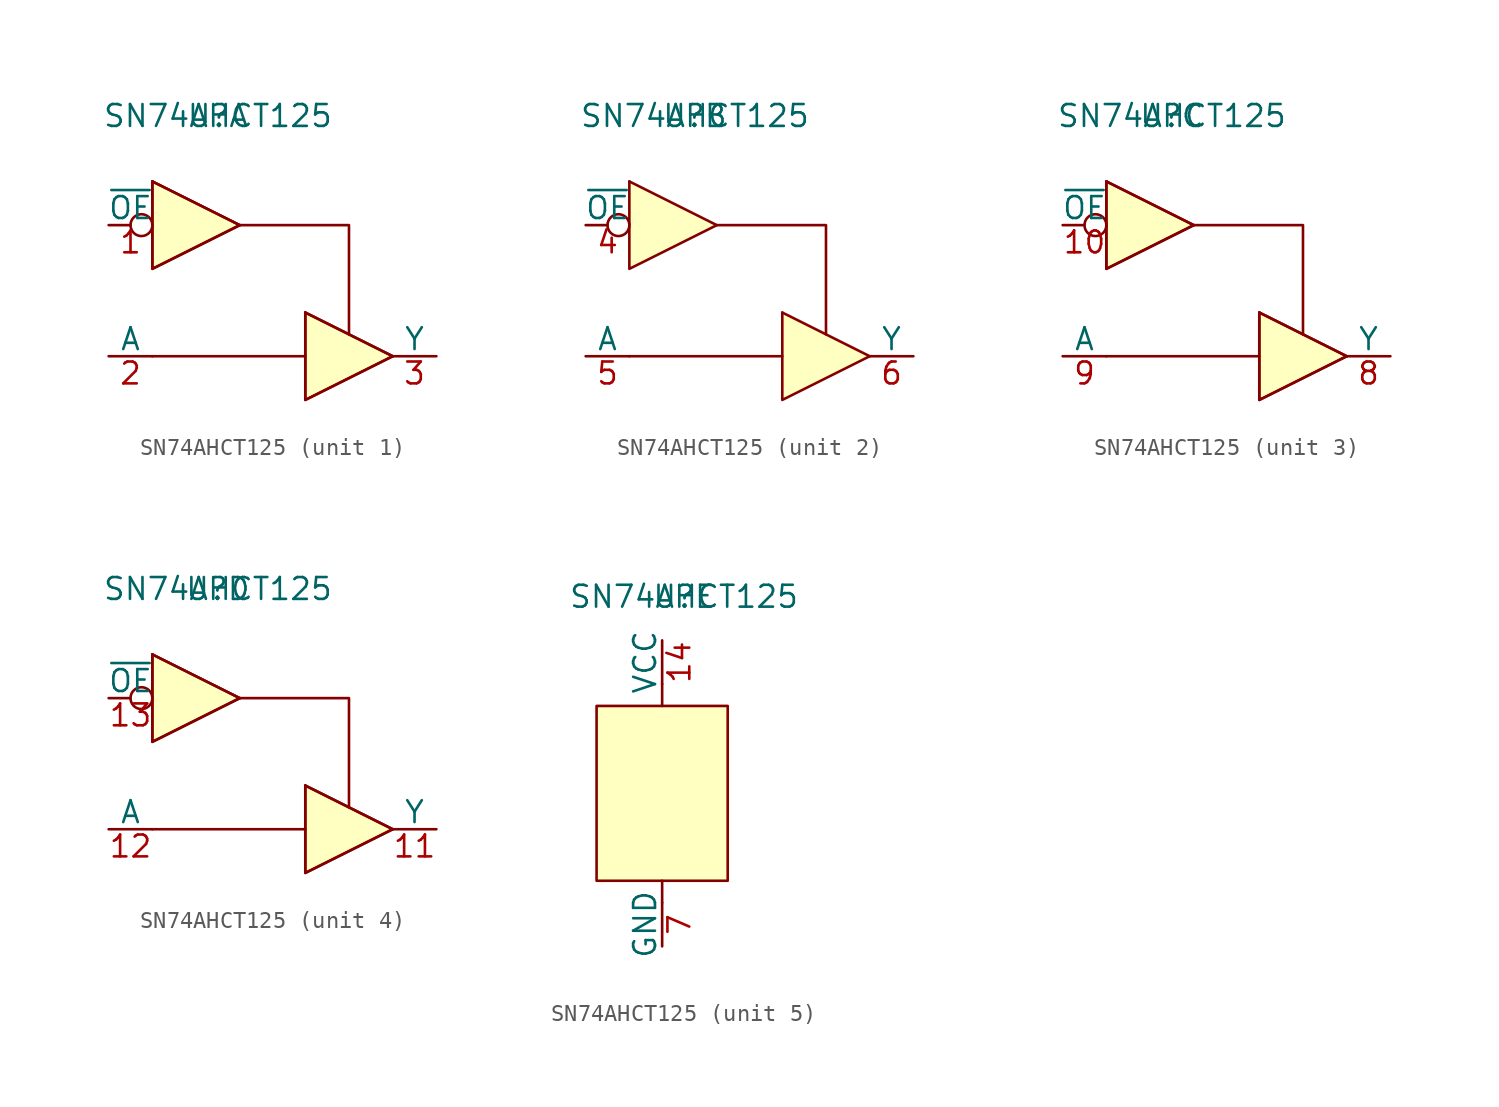
<source format=kicad_sym>
(kicad_symbol_lib
  (version 20211014)
  (generator kicad_symbol_editor)
  (symbol "SN74AHCT125"
    (pin_names
      (offset 0))
    (property "Reference" "U"
      (at 0 0 0)
      (effects (font (size 1.27 1.27))))
    (property "Value" "SN74AHCT125"
      (at 0 0 0)
      (effects (font (size 1.27 1.27))))
    (property "ki_locked" ""
      (at 0 0 0)
      (effects (font (size 1.27 1.27))))
    (symbol "SN74AHCT125_1_1"
      (polyline (pts (xy -3.81 -13.97) (xy 5.08 -13.97)) (stroke (width 0.152) (type default) (color 0 0 0 0)) (fill (type none)))
      (polyline (pts (xy 1.27 -6.35) (xy -3.81 -3.81)) (stroke (width 0.152) (type default) (color 0 0 0 0)) (fill (type none)))
      (polyline (pts (xy 1.27 -6.35) (xy -3.81 -3.81)) (stroke (width 0.152) (type default) (color 0 0 0 0)) (fill (type none)))
      (polyline (pts (xy 10.16 -13.97) (xy 5.08 -11.43)) (stroke (width 0.152) (type default) (color 0 0 0 0)) (fill (type none)))
      (polyline (pts (xy 10.16 -13.97) (xy 5.08 -11.43)) (stroke (width 0.152) (type default) (color 0 0 0 0)) (fill (type none)))
      (polyline (pts (xy -3.81 -3.81) (xy -3.81 -8.89) (xy 1.27 -6.35)) (stroke (width 0.152) (type default) (color 0 0 0 0)) (fill (type none)))
      (polyline (pts (xy -3.81 -3.81) (xy -3.81 -8.89) (xy 1.27 -6.35)) (stroke (width 0.152) (type default) (color 0 0 0 0)) (fill (type background)))
      (polyline (pts (xy 1.27 -6.35) (xy 7.62 -6.35) (xy 7.62 -12.7)) (stroke (width 0.152) (type default) (color 0 0 0 0)) (fill (type none)))
      (polyline (pts (xy 5.08 -11.43) (xy 5.08 -16.51) (xy 10.16 -13.97)) (stroke (width 0.152) (type default) (color 0 0 0 0)) (fill (type none)))
      (polyline (pts (xy 5.08 -11.43) (xy 5.08 -16.51) (xy 10.16 -13.97)) (stroke (width 0.152) (type default) (color 0 0 0 0)) (fill (type background)))
      (pin input inverted (at -6.35 -6.35 0) (length 2.54) (name "~{OE}" (effects (font (size 1.27 1.27)))) (number "1" (effects (font (size 1.27 1.27)))))
      (pin input line (at -6.35 -13.97 0) (length 2.54) (name "A" (effects (font (size 1.27 1.27)))) (number "2" (effects (font (size 1.27 1.27)))))
      (pin output line (at 12.7 -13.97 180) (length 2.54) (name "Y" (effects (font (size 1.27 1.27)))) (number "3" (effects (font (size 1.27 1.27))))))
    (symbol "SN74AHCT125_2_1"
      (polyline (pts (xy -3.81 -13.97) (xy 5.08 -13.97)) (stroke (width 0.152) (type default) (color 0 0 0 0)) (fill (type none)))
      (polyline (pts (xy 1.27 -6.35) (xy -3.81 -3.81)) (stroke (width 0.152) (type default) (color 0 0 0 0)) (fill (type none)))
      (polyline (pts (xy 10.16 -13.97) (xy 5.08 -11.43)) (stroke (width 0.152) (type default) (color 0 0 0 0)) (fill (type none)))
      (polyline (pts (xy -3.81 -3.81) (xy -3.81 -8.89) (xy 1.27 -6.35)) (stroke (width 0.152) (type default) (color 0 0 0 0)) (fill (type background)))
      (polyline (pts (xy 1.27 -6.35) (xy 7.62 -6.35) (xy 7.62 -12.7)) (stroke (width 0.152) (type default) (color 0 0 0 0)) (fill (type none)))
      (polyline (pts (xy 5.08 -11.43) (xy 5.08 -16.51) (xy 10.16 -13.97)) (stroke (width 0.152) (type default) (color 0 0 0 0)) (fill (type background)))
      (pin input inverted (at -6.35 -6.35 0) (length 2.54) (name "~{OE}" (effects (font (size 1.27 1.27)))) (number "4" (effects (font (size 1.27 1.27)))))
      (pin input line (at -6.35 -13.97 0) (length 2.54) (name "A" (effects (font (size 1.27 1.27)))) (number "5" (effects (font (size 1.27 1.27)))))
      (pin output line (at 12.7 -13.97 180) (length 2.54) (name "Y" (effects (font (size 1.27 1.27)))) (number "6" (effects (font (size 1.27 1.27))))))
    (symbol "SN74AHCT125_3_1"
      (polyline (pts (xy -3.81 -13.97) (xy 5.08 -13.97)) (stroke (width 0.152) (type default) (color 0 0 0 0)) (fill (type none)))
      (polyline (pts (xy 1.27 -6.35) (xy -3.81 -3.81)) (stroke (width 0.152) (type default) (color 0 0 0 0)) (fill (type none)))
      (polyline (pts (xy 1.27 -6.35) (xy -3.81 -3.81)) (stroke (width 0.152) (type default) (color 0 0 0 0)) (fill (type none)))
      (polyline (pts (xy 10.16 -13.97) (xy 5.08 -11.43)) (stroke (width 0.152) (type default) (color 0 0 0 0)) (fill (type none)))
      (polyline (pts (xy 10.16 -13.97) (xy 5.08 -11.43)) (stroke (width 0.152) (type default) (color 0 0 0 0)) (fill (type none)))
      (polyline (pts (xy -3.81 -3.81) (xy -3.81 -8.89) (xy 1.27 -6.35)) (stroke (width 0.152) (type default) (color 0 0 0 0)) (fill (type none)))
      (polyline (pts (xy -3.81 -3.81) (xy -3.81 -8.89) (xy 1.27 -6.35)) (stroke (width 0.152) (type default) (color 0 0 0 0)) (fill (type background)))
      (polyline (pts (xy 1.27 -6.35) (xy 7.62 -6.35) (xy 7.62 -12.7)) (stroke (width 0.152) (type default) (color 0 0 0 0)) (fill (type none)))
      (polyline (pts (xy 5.08 -11.43) (xy 5.08 -16.51) (xy 10.16 -13.97)) (stroke (width 0.152) (type default) (color 0 0 0 0)) (fill (type none)))
      (polyline (pts (xy 5.08 -11.43) (xy 5.08 -16.51) (xy 10.16 -13.97)) (stroke (width 0.152) (type default) (color 0 0 0 0)) (fill (type background)))
      (pin input inverted (at -6.35 -6.35 0) (length 2.54) (name "~{OE}" (effects (font (size 1.27 1.27)))) (number "10" (effects (font (size 1.27 1.27)))))
      (pin output line (at 12.7 -13.97 180) (length 2.54) (name "Y" (effects (font (size 1.27 1.27)))) (number "8" (effects (font (size 1.27 1.27)))))
      (pin input line (at -6.35 -13.97 0) (length 2.54) (name "A" (effects (font (size 1.27 1.27)))) (number "9" (effects (font (size 1.27 1.27))))))
    (symbol "SN74AHCT125_4_1"
      (polyline (pts (xy -3.81 -13.97) (xy 5.08 -13.97)) (stroke (width 0.152) (type default) (color 0 0 0 0)) (fill (type none)))
      (polyline (pts (xy 1.27 -6.35) (xy -3.81 -3.81)) (stroke (width 0.152) (type default) (color 0 0 0 0)) (fill (type none)))
      (polyline (pts (xy 1.27 -6.35) (xy -3.81 -3.81)) (stroke (width 0.152) (type default) (color 0 0 0 0)) (fill (type none)))
      (polyline (pts (xy 10.16 -13.97) (xy 5.08 -11.43)) (stroke (width 0.152) (type default) (color 0 0 0 0)) (fill (type none)))
      (polyline (pts (xy 10.16 -13.97) (xy 5.08 -11.43)) (stroke (width 0.152) (type default) (color 0 0 0 0)) (fill (type none)))
      (polyline (pts (xy -3.81 -3.81) (xy -3.81 -8.89) (xy 1.27 -6.35)) (stroke (width 0.152) (type default) (color 0 0 0 0)) (fill (type none)))
      (polyline (pts (xy -3.81 -3.81) (xy -3.81 -8.89) (xy 1.27 -6.35)) (stroke (width 0.152) (type default) (color 0 0 0 0)) (fill (type background)))
      (polyline (pts (xy 1.27 -6.35) (xy 7.62 -6.35) (xy 7.62 -12.7)) (stroke (width 0.152) (type default) (color 0 0 0 0)) (fill (type none)))
      (polyline (pts (xy 5.08 -11.43) (xy 5.08 -16.51) (xy 10.16 -13.97)) (stroke (width 0.152) (type default) (color 0 0 0 0)) (fill (type none)))
      (polyline (pts (xy 5.08 -11.43) (xy 5.08 -16.51) (xy 10.16 -13.97)) (stroke (width 0.152) (type default) (color 0 0 0 0)) (fill (type background)))
      (pin output line (at 12.7 -13.97 180) (length 2.54) (name "Y" (effects (font (size 1.27 1.27)))) (number "11" (effects (font (size 1.27 1.27)))))
      (pin input line (at -6.35 -13.97 0) (length 2.54) (name "A" (effects (font (size 1.27 1.27)))) (number "12" (effects (font (size 1.27 1.27)))))
      (pin input inverted (at -6.35 -6.35 0) (length 2.54) (name "~{OE}" (effects (font (size 1.27 1.27)))) (number "13" (effects (font (size 1.27 1.27))))))
    (symbol "SN74AHCT125_5_1"
      (rectangle (start -5.08 -6.35) (end 2.54 -16.51) (stroke (width 0.152) (type default) (color 0 0 0 0)) (fill (type background)))
      (polyline (pts (xy -1.27 -17.78) (xy -1.27 -16.51)) (stroke (width 0.152) (type default) (color 0 0 0 0)) (fill (type none)))
      (polyline (pts (xy -1.27 -5.08) (xy -1.27 -6.35)) (stroke (width 0.152) (type default) (color 0 0 0 0)) (fill (type none)))
      (pin input line (at -1.27 -2.54 270) (length 2.54) (name "VCC" (effects (font (size 1.27 1.27)))) (number "14" (effects (font (size 1.27 1.27)))))
      (pin input line (at -1.27 -20.32 90) (length 2.54) (name "GND" (effects (font (size 1.27 1.27)))) (number "7" (effects (font (size 1.27 1.27))))))))
</source>
